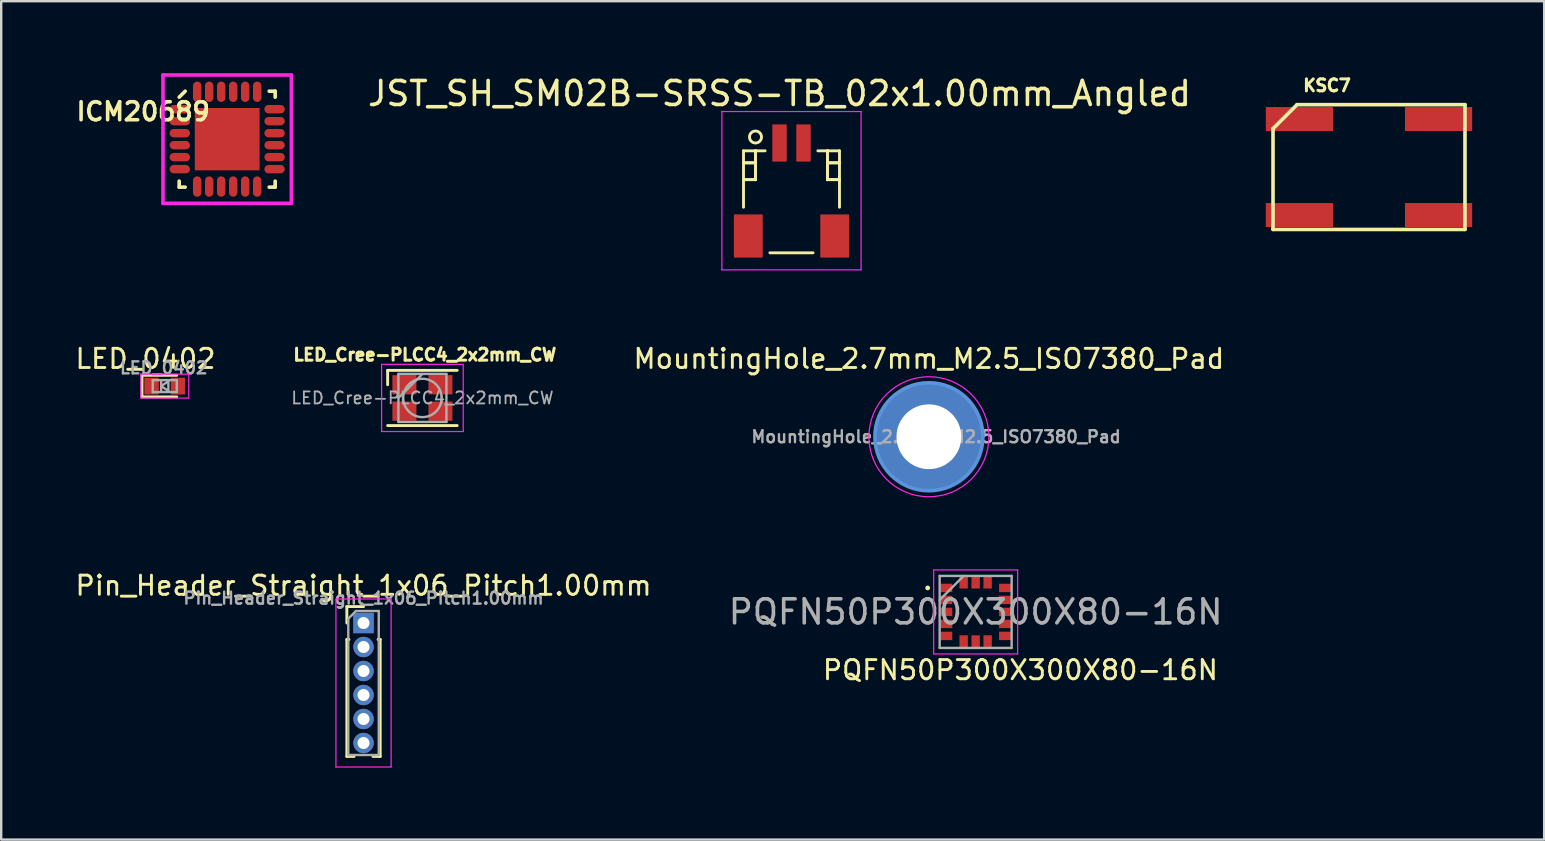
<source format=kicad_pcb>
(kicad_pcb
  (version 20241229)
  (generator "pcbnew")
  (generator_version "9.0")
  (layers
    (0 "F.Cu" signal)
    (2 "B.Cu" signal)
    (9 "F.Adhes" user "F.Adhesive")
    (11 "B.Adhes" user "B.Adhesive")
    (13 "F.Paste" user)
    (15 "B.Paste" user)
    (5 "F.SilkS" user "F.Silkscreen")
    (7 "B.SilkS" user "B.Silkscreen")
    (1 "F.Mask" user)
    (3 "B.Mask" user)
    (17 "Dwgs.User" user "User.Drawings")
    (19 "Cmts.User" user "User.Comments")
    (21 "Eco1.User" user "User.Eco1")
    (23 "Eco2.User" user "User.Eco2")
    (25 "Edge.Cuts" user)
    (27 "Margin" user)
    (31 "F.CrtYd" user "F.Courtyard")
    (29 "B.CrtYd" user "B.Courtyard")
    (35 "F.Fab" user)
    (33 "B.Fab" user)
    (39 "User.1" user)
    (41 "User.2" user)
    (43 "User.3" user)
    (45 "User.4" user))
  (footprint "KSC7"
    (layer "F.Cu")
    (at 54.004 3.912)
    (property "Reference" "KSC7" (at -1.75 -3.4 0) (layer "F.SilkS") (effects (font (size 0.5 0.5) (thickness 0.125))))
    (attr through_hole)
    (fp_line (start -4 -1.6) (end -4 2.6) (stroke (width 0.15) (type solid)) (layer "F.SilkS"))
    (fp_line (start -4 2.6) (end 4 2.6) (stroke (width 0.15) (type solid)) (layer "F.SilkS"))
    (fp_line (start -3 -2.6) (end -4 -1.6) (stroke (width 0.15) (type solid)) (layer "F.SilkS"))
    (fp_line (start 4 -2.6) (end -3 -2.6) (stroke (width 0.15) (type solid)) (layer "F.SilkS"))
    (fp_line (start 4 2.6) (end 4 -2.6) (stroke (width 0.15) (type solid)) (layer "F.SilkS"))
    (pad "1" smd rect (at -2.9 2) (size 2.8 1) (layers "F.Cu" "F.Mask" "F.Paste"))
    (pad "2" smd rect (at 2.9 2) (size 2.8 1) (layers "F.Cu" "F.Mask" "F.Paste"))
    (pad "3" smd rect (at 2.9 -2) (size 2.8 1) (layers "F.Cu" "F.Mask" "F.Paste"))
    (pad "4" smd rect (at -2.9 -2) (size 2.8 1) (layers "F.Cu" "F.Mask" "F.Paste")))
  (footprint "Pin_Header_Straight_1x06_Pitch1.00mm"
    (layer "F.Cu")
    (at 12.1 22.915)
    (property "Reference" "Pin_Header_Straight_1x06_Pitch1.00mm" (at 0 -1.56 0) (layer "F.SilkS") (effects (font (size 0.8 0.8) (thickness 0.12))))
    (attr through_hole)
    (fp_line (start -0.695 -0.685) (end 0 -0.685) (stroke (width 0.12) (type solid)) (layer "F.SilkS"))
    (fp_line (start -0.695 0) (end -0.695 -0.685) (stroke (width 0.12) (type solid)) (layer "F.SilkS"))
    (fp_line (start -0.695 0.685) (end -0.695 5.56) (stroke (width 0.12) (type solid)) (layer "F.SilkS"))
    (fp_line (start -0.695 0.685) (end -0.608 0.685) (stroke (width 0.12) (type solid)) (layer "F.SilkS"))
    (fp_line (start -0.695 5.56) (end -0.394 5.56) (stroke (width 0.12) (type solid)) (layer "F.SilkS"))
    (fp_line (start 0.394 5.56) (end 0.695 5.56) (stroke (width 0.12) (type solid)) (layer "F.SilkS"))
    (fp_line (start 0.608 0.685) (end 0.695 0.685) (stroke (width 0.12) (type solid)) (layer "F.SilkS"))
    (fp_line (start 0.695 0.685) (end 0.695 5.56) (stroke (width 0.12) (type solid)) (layer "F.SilkS"))
    (fp_line (start -1.15 -1) (end -1.15 6) (stroke (width 0.05) (type solid)) (layer "F.CrtYd"))
    (fp_line (start -1.15 6) (end 1.15 6) (stroke (width 0.05) (type solid)) (layer "F.CrtYd"))
    (fp_line (start 1.15 -1) (end -1.15 -1) (stroke (width 0.05) (type solid)) (layer "F.CrtYd"))
    (fp_line (start 1.15 6) (end 1.15 -1) (stroke (width 0.05) (type solid)) (layer "F.CrtYd"))
    (fp_line (start -0.635 -0.182) (end -0.318 -0.5) (stroke (width 0.1) (type solid)) (layer "F.Fab"))
    (fp_line (start -0.635 5.5) (end -0.635 -0.182) (stroke (width 0.1) (type solid)) (layer "F.Fab"))
    (fp_line (start -0.318 -0.5) (end 0.635 -0.5) (stroke (width 0.1) (type solid)) (layer "F.Fab"))
    (fp_line (start 0.635 -0.5) (end 0.635 5.5) (stroke (width 0.1) (type solid)) (layer "F.Fab"))
    (fp_line (start 0.635 5.5) (end -0.635 5.5) (stroke (width 0.1) (type solid)) (layer "F.Fab"))
    (fp_text user "${REFERENCE}" (at 0 -1.035 180) (layer "F.Fab") (effects (font (size 0.5 0.5) (thickness 0.1))))
    (pad "1" thru_hole rect (at 0 0) (size 0.85 0.85) (drill 0.5) (layers "*.Cu" "*.Mask"))
    (pad "2" thru_hole oval (at 0 1) (size 0.85 0.85) (drill 0.5) (layers "*.Cu" "*.Mask"))
    (pad "3" thru_hole oval (at 0 2) (size 0.85 0.85) (drill 0.5) (layers "*.Cu" "*.Mask"))
    (pad "4" thru_hole oval (at 0 3) (size 0.85 0.85) (drill 0.5) (layers "*.Cu" "*.Mask"))
    (pad "5" thru_hole oval (at 0 4) (size 0.85 0.85) (drill 0.5) (layers "*.Cu" "*.Mask"))
    (pad "6" thru_hole oval (at 0 5) (size 0.85 0.85) (drill 0.5) (layers "*.Cu" "*.Mask")))
  (footprint "LED_0402"
    (layer "F.Cu")
    (at 3.817 13.041)
    (property "Reference" "LED_0402" (at -0.803 -1.139 0) (layer "F.SilkS") (effects (font (size 0.8 0.8) (thickness 0.12))))
    (attr smd)
    (fp_line (start -0.95 -0.45) (end -0.95 0.45) (stroke (width 0.12) (type solid)) (layer "F.SilkS"))
    (fp_line (start -0.95 -0.45) (end 0.5 -0.45) (stroke (width 0.12) (type solid)) (layer "F.SilkS"))
    (fp_line (start -0.95 0.45) (end 0.5 0.45) (stroke (width 0.12) (type solid)) (layer "F.SilkS"))
    (fp_line (start -1 -0.5) (end 1 -0.5) (stroke (width 0.05) (type solid)) (layer "F.CrtYd"))
    (fp_line (start -1 0.5) (end -1 -0.5) (stroke (width 0.05) (type solid)) (layer "F.CrtYd"))
    (fp_line (start 1 -0.5) (end 1 0.5) (stroke (width 0.05) (type solid)) (layer "F.CrtYd"))
    (fp_line (start 1 0.5) (end -1 0.5) (stroke (width 0.05) (type solid)) (layer "F.CrtYd"))
    (fp_line (start -0.5 -0.25) (end 0.5 -0.25) (stroke (width 0.1) (type solid)) (layer "F.Fab"))
    (fp_line (start -0.5 0.25) (end -0.5 -0.25) (stroke (width 0.1) (type solid)) (layer "F.Fab"))
    (fp_line (start -0.15 -0.2) (end -0.15 0.2) (stroke (width 0.1) (type solid)) (layer "F.Fab"))
    (fp_line (start -0.15 0) (end 0.15 -0.2) (stroke (width 0.1) (type solid)) (layer "F.Fab"))
    (fp_line (start 0.15 -0.2) (end 0.15 0.2) (stroke (width 0.1) (type solid)) (layer "F.Fab"))
    (fp_line (start 0.15 0.2) (end -0.15 0) (stroke (width 0.1) (type solid)) (layer "F.Fab"))
    (fp_line (start 0.5 -0.25) (end 0.5 0.25) (stroke (width 0.1) (type solid)) (layer "F.Fab"))
    (fp_line (start 0.5 0.25) (end -0.5 0.25) (stroke (width 0.1) (type solid)) (layer "F.Fab"))
    (fp_text user "${REFERENCE}" (at -0.041 -0.758 0) (layer "F.Fab") (effects (font (size 0.5 0.5) (thickness 0.1))))
    (pad "1" smd rect (at -0.55 0 180) (size 0.6 0.7) (layers "F.Cu" "F.Mask" "F.Paste"))
    (pad "2" smd rect (at 0.55 0 180) (size 0.6 0.7) (layers "F.Cu" "F.Mask" "F.Paste")))
  (footprint "ICM20689"
    (layer "F.Cu")
    (at 6.418 2.75)
    (property "Reference" "ICM20689" (at -3.5 -1.15 0) (layer "F.SilkS") (effects (font (size 0.75 0.75) (thickness 0.15))))
    (attr through_hole)
    (fp_line (start -2 -1.75) (end -1.75 -2) (stroke (width 0.15) (type solid)) (layer "F.SilkS"))
    (fp_line (start -2 2) (end -2 1.75) (stroke (width 0.15) (type solid)) (layer "F.SilkS"))
    (fp_line (start -1.75 2) (end -2 2) (stroke (width 0.15) (type solid)) (layer "F.SilkS"))
    (fp_line (start 1.75 -2) (end 2 -2) (stroke (width 0.15) (type solid)) (layer "F.SilkS"))
    (fp_line (start 1.75 2) (end 2 2) (stroke (width 0.15) (type solid)) (layer "F.SilkS"))
    (fp_line (start 2 -2) (end 2 -1.75) (stroke (width 0.15) (type solid)) (layer "F.SilkS"))
    (fp_line (start 2 2) (end 2 1.75) (stroke (width 0.15) (type solid)) (layer "F.SilkS"))
    (fp_line (start -2.675 -2.675) (end 2.675 -2.675) (stroke (width 0.15) (type solid)) (layer "F.CrtYd"))
    (fp_line (start -2.675 2.675) (end -2.675 -2.675) (stroke (width 0.15) (type solid)) (layer "F.CrtYd"))
    (fp_line (start 2.675 -2.675) (end 2.675 2.675) (stroke (width 0.15) (type solid)) (layer "F.CrtYd"))
    (fp_line (start 2.675 2.675) (end -2.675 2.675) (stroke (width 0.15) (type solid)) (layer "F.CrtYd"))
    (pad "1" smd oval (at -1.975 -1.25 90) (size 0.35 0.85) (layers "F.Cu" "F.Mask" "F.Paste"))
    (pad "2" smd oval (at -1.975 -0.75 90) (size 0.35 0.85) (layers "F.Cu" "F.Mask" "F.Paste"))
    (pad "3" smd oval (at -1.975 -0.25 90) (size 0.35 0.85) (layers "F.Cu" "F.Mask" "F.Paste"))
    (pad "4" smd oval (at -1.975 0.25 90) (size 0.35 0.85) (layers "F.Cu" "F.Mask" "F.Paste"))
    (pad "5" smd oval (at -1.975 0.75 90) (size 0.35 0.85) (layers "F.Cu" "F.Mask" "F.Paste"))
    (pad "6" smd oval (at -1.975 1.25 90) (size 0.35 0.85) (layers "F.Cu" "F.Mask" "F.Paste"))
    (pad "7" smd oval (at -1.25 1.975) (size 0.35 0.85) (layers "F.Cu" "F.Mask" "F.Paste"))
    (pad "8" smd oval (at -0.75 1.975) (size 0.35 0.85) (layers "F.Cu" "F.Mask" "F.Paste"))
    (pad "9" smd oval (at -0.25 1.975) (size 0.35 0.85) (layers "F.Cu" "F.Mask" "F.Paste"))
    (pad "10" smd oval (at 0.25 1.975) (size 0.35 0.85) (layers "F.Cu" "F.Mask" "F.Paste"))
    (pad "11" smd oval (at 0.75 1.975) (size 0.35 0.85) (layers "F.Cu" "F.Mask" "F.Paste"))
    (pad "12" smd oval (at 1.25 1.975) (size 0.35 0.85) (layers "F.Cu" "F.Mask" "F.Paste"))
    (pad "13" smd oval (at 1.975 1.25 90) (size 0.35 0.85) (layers "F.Cu" "F.Mask" "F.Paste"))
    (pad "14" smd oval (at 1.975 0.75 90) (size 0.35 0.85) (layers "F.Cu" "F.Mask" "F.Paste"))
    (pad "15" smd oval (at 1.975 0.25 90) (size 0.35 0.85) (layers "F.Cu" "F.Mask" "F.Paste"))
    (pad "16" smd oval (at 1.975 -0.25 90) (size 0.35 0.85) (layers "F.Cu" "F.Mask" "F.Paste"))
    (pad "17" smd oval (at 1.975 -0.75 90) (size 0.35 0.85) (layers "F.Cu" "F.Mask" "F.Paste"))
    (pad "18" smd oval (at 1.975 -1.25 90) (size 0.35 0.85) (layers "F.Cu" "F.Mask" "F.Paste"))
    (pad "19" smd oval (at 1.25 -1.975) (size 0.35 0.85) (layers "F.Cu" "F.Mask" "F.Paste"))
    (pad "20" smd oval (at 0.75 -1.975) (size 0.35 0.85) (layers "F.Cu" "F.Mask" "F.Paste"))
    (pad "21" smd oval (at 0.25 -1.975) (size 0.35 0.85) (layers "F.Cu" "F.Mask" "F.Paste"))
    (pad "22" smd oval (at -0.25 -1.975) (size 0.35 0.85) (layers "F.Cu" "F.Mask" "F.Paste"))
    (pad "23" smd oval (at -0.75 -1.975) (size 0.35 0.85) (layers "F.Cu" "F.Mask" "F.Paste"))
    (pad "24" smd oval (at -1.25 -1.975) (size 0.35 0.85) (layers "F.Cu" "F.Mask" "F.Paste"))
    (pad "25" smd rect (at 0 0) (size 2.7 2.6) (layers "F.Cu" "F.Mask" "F.Paste")))
  (footprint "PQFN50P300X300X80-16N"
    (layer "F.Cu")
    (at 37.611 22.452)
    (property "Reference" "PQFN50P300X300X80-16N" (at 1.864 2.422 0) (layer "F.SilkS") (effects (font (size 0.8 0.8) (thickness 0.12))))
    (attr smd)
    (fp_circle (center -2 -1) (end -1.95 -1) (stroke (width 0.1) (type solid)) (fill no) (layer "F.SilkS"))
    (fp_line (start -1.75 -1.75) (end 1.75 -1.75) (stroke (width 0.05) (type solid)) (layer "F.CrtYd"))
    (fp_line (start -1.75 1.75) (end -1.75 -1.75) (stroke (width 0.05) (type solid)) (layer "F.CrtYd"))
    (fp_line (start 1.75 -1.75) (end 1.75 1.75) (stroke (width 0.05) (type solid)) (layer "F.CrtYd"))
    (fp_line (start 1.75 1.75) (end -1.75 1.75) (stroke (width 0.05) (type solid)) (layer "F.CrtYd"))
    (fp_line (start -1.5 -1.5) (end 1.5 -1.5) (stroke (width 0.1) (type solid)) (layer "F.Fab"))
    (fp_line (start -1.5 1.5) (end -1.5 -1.5) (stroke (width 0.1) (type solid)) (layer "F.Fab"))
    (fp_line (start -0.5 -1.5) (end -1.5 -0.5) (stroke (width 0.1) (type solid)) (layer "F.Fab"))
    (fp_line (start 1.5 -1.5) (end 1.5 1.5) (stroke (width 0.1) (type solid)) (layer "F.Fab"))
    (fp_line (start 1.5 1.5) (end -1.5 1.5) (stroke (width 0.1) (type solid)) (layer "F.Fab"))
    (fp_text user "${REFERENCE}" (at 0 0 0) (layer "F.Fab") (effects (font (size 1 1) (thickness 0.15))))
    (pad "1" smd rect (at -1.225 -1) (size 0.5 0.35) (layers "F.Cu" "F.Mask" "F.Paste"))
    (pad "2" smd rect (at -1.225 -0.5) (size 0.5 0.35) (layers "F.Cu" "F.Mask" "F.Paste"))
    (pad "3" smd rect (at -1.225 0) (size 0.5 0.35) (layers "F.Cu" "F.Mask" "F.Paste"))
    (pad "4" smd rect (at -1.225 0.5) (size 0.5 0.35) (layers "F.Cu" "F.Mask" "F.Paste"))
    (pad "5" smd rect (at -1.225 1) (size 0.5 0.35) (layers "F.Cu" "F.Mask" "F.Paste"))
    (pad "6" smd rect (at -0.5 1.225 90) (size 0.5 0.35) (layers "F.Cu" "F.Mask" "F.Paste"))
    (pad "7" smd rect (at 0 1.225 90) (size 0.5 0.35) (layers "F.Cu" "F.Mask" "F.Paste"))
    (pad "8" smd rect (at 0.5 1.225 90) (size 0.5 0.35) (layers "F.Cu" "F.Mask" "F.Paste"))
    (pad "9" smd rect (at 1.225 1) (size 0.5 0.35) (layers "F.Cu" "F.Mask" "F.Paste"))
    (pad "10" smd rect (at 1.225 0.5) (size 0.5 0.35) (layers "F.Cu" "F.Mask" "F.Paste"))
    (pad "11" smd rect (at 1.225 0) (size 0.5 0.35) (layers "F.Cu" "F.Mask" "F.Paste"))
    (pad "12" smd rect (at 1.225 -0.5) (size 0.5 0.35) (layers "F.Cu" "F.Mask" "F.Paste"))
    (pad "13" smd rect (at 1.225 -1) (size 0.5 0.35) (layers "F.Cu" "F.Mask" "F.Paste"))
    (pad "14" smd rect (at 0.5 -1.225 90) (size 0.5 0.35) (layers "F.Cu" "F.Mask" "F.Paste"))
    (pad "15" smd rect (at 0 -1.225 90) (size 0.5 0.35) (layers "F.Cu" "F.Mask" "F.Paste"))
    (pad "16" smd rect (at -0.5 -1.225 90) (size 0.5 0.35) (layers "F.Cu" "F.Mask" "F.Paste")))
  (footprint "MountingHole_2.7mm_M2.5_ISO7380_Pad"
    (layer "F.Cu")
    (at 35.662 15.152)
    (property "Reference" "MountingHole_2.7mm_M2.5_ISO7380_Pad" (at 0 -3.25 0) (layer "F.SilkS") (effects (font (size 0.8 0.8) (thickness 0.12))))
    (attr exclude_from_pos_files exclude_from_bom)
    (fp_circle (center 0 0) (end 2.25 0) (stroke (width 0.15) (type solid)) (fill no) (layer "Cmts.User"))
    (fp_circle (center 0 0) (end 2.5 0) (stroke (width 0.05) (type solid)) (fill no) (layer "F.CrtYd"))
    (fp_text user "${REFERENCE}" (at 0.3 0 0) (layer "F.Fab") (effects (font (size 0.5 0.5) (thickness 0.1))))
    (pad "1" thru_hole circle (at 0 0) (size 4.5 4.5) (drill 2.7) (layers "*.Cu" "*.Mask")))
  (footprint "LED_Cree-PLCC4_2x2mm_CW"
    (layer "F.Cu")
    (at 14.555 13.535)
    (property "Reference" "LED_Cree-PLCC4_2x2mm_CW" (at 0.1 -1.8 0) (layer "F.SilkS") (effects (font (size 0.5 0.5) (thickness 0.125))))
    (attr smd)
    (fp_line (start -1.45 -1.15) (end 1.45 -1.15) (stroke (width 0.12) (type solid)) (layer "F.SilkS"))
    (fp_line (start -1.45 -0.55) (end -1.45 -1.15) (stroke (width 0.12) (type solid)) (layer "F.SilkS"))
    (fp_line (start -1.45 1.15) (end 1.45 1.15) (stroke (width 0.12) (type solid)) (layer "F.SilkS"))
    (fp_line (start -1.7 -1.4) (end -1.7 1.4) (stroke (width 0.05) (type solid)) (layer "F.CrtYd"))
    (fp_line (start -1.7 1.4) (end 1.7 1.4) (stroke (width 0.05) (type solid)) (layer "F.CrtYd"))
    (fp_line (start 1.7 -1.4) (end -1.7 -1.4) (stroke (width 0.05) (type solid)) (layer "F.CrtYd"))
    (fp_line (start 1.7 1.4) (end 1.7 -1.4) (stroke (width 0.05) (type solid)) (layer "F.CrtYd"))
    (fp_line (start -1 -1) (end -1 1) (stroke (width 0.1) (type solid)) (layer "F.Fab"))
    (fp_line (start -1 1) (end 1 1) (stroke (width 0.1) (type solid)) (layer "F.Fab"))
    (fp_line (start 0 -1) (end -1 0) (stroke (width 0.1) (type solid)) (layer "F.Fab"))
    (fp_line (start 1 -1) (end -1 -1) (stroke (width 0.1) (type solid)) (layer "F.Fab"))
    (fp_line (start 1 1) (end 1 -1) (stroke (width 0.1) (type solid)) (layer "F.Fab"))
    (fp_circle (center 0 0) (end 0.8 0) (stroke (width 0.1) (type solid)) (fill no) (layer "F.Fab"))
    (fp_text user "${REFERENCE}" (at 0 0 0) (layer "F.Fab") (effects (font (size 0.5 0.5) (thickness 0.075))))
    (pad "1" smd rect (at -0.75 -0.55) (size 1 0.8) (layers "F.Cu" "F.Mask" "F.Paste"))
    (pad "2" smd rect (at 0.75 -0.55) (size 1 0.8) (layers "F.Cu" "F.Mask" "F.Paste"))
    (pad "3" smd rect (at 0.75 0.55) (size 1 0.8) (layers "F.Cu" "F.Mask" "F.Paste"))
    (pad "4" smd rect (at -0.75 0.55) (size 1 0.8) (layers "F.Cu" "F.Mask" "F.Paste")))
  (footprint "JST_SH_SM02B-SRSS-TB_02x1.00mm_Angled"
    (layer "F.Cu")
    (at 29.936 4.848)
    (property "Reference" "JST_SH_SM02B-SRSS-TB_02x1.00mm_Angled" (at -0.5 -4 0) (layer "F.SilkS") (effects (font (size 1 1) (thickness 0.15))))
    (attr smd)
    (fp_line (start -2 -1.613) (end -1.1 -1.613) (stroke (width 0.12) (type solid)) (layer "F.SilkS"))
    (fp_line (start -2 -1.113) (end -2 -1.113) (stroke (width 0.12) (type solid)) (layer "F.SilkS"))
    (fp_line (start -2 -1.113) (end -1.5 -1.113) (stroke (width 0.12) (type solid)) (layer "F.SilkS"))
    (fp_line (start -2 -0.412) (end -2 -0.412) (stroke (width 0.12) (type solid)) (layer "F.SilkS"))
    (fp_line (start -2 -0.412) (end -1.5 -0.412) (stroke (width 0.12) (type solid)) (layer "F.SilkS"))
    (fp_line (start -2 0.738) (end -2 -1.613) (stroke (width 0.12) (type solid)) (layer "F.SilkS"))
    (fp_line (start -1.5 -1.613) (end -1.5 -1.613) (stroke (width 0.12) (type solid)) (layer "F.SilkS"))
    (fp_line (start -1.5 -1.613) (end -1.5 -0.412) (stroke (width 0.12) (type solid)) (layer "F.SilkS"))
    (fp_line (start -1.5 -1.113) (end -2 -1.113) (stroke (width 0.12) (type solid)) (layer "F.SilkS"))
    (fp_line (start -1.5 -1.113) (end -1.5 -1.113) (stroke (width 0.12) (type solid)) (layer "F.SilkS"))
    (fp_line (start -1.5 -0.412) (end -2 -0.412) (stroke (width 0.12) (type solid)) (layer "F.SilkS"))
    (fp_line (start -1.5 -0.412) (end -1.5 -1.613) (stroke (width 0.12) (type solid)) (layer "F.SilkS"))
    (fp_line (start -1.5 -0.412) (end -1.5 -0.412) (stroke (width 0.12) (type solid)) (layer "F.SilkS"))
    (fp_line (start -1.5 -0.412) (end -1.5 -0.412) (stroke (width 0.12) (type solid)) (layer "F.SilkS"))
    (fp_line (start -0.9 2.638) (end 0.9 2.638) (stroke (width 0.12) (type solid)) (layer "F.SilkS"))
    (fp_line (start 1.5 -1.613) (end 1.5 -1.613) (stroke (width 0.12) (type solid)) (layer "F.SilkS"))
    (fp_line (start 1.5 -1.613) (end 1.5 -0.412) (stroke (width 0.12) (type solid)) (layer "F.SilkS"))
    (fp_line (start 1.5 -1.113) (end 1.5 -1.113) (stroke (width 0.12) (type solid)) (layer "F.SilkS"))
    (fp_line (start 1.5 -1.113) (end 2 -1.113) (stroke (width 0.12) (type solid)) (layer "F.SilkS"))
    (fp_line (start 1.5 -0.412) (end 1.5 -1.613) (stroke (width 0.12) (type solid)) (layer "F.SilkS"))
    (fp_line (start 1.5 -0.412) (end 1.5 -0.412) (stroke (width 0.12) (type solid)) (layer "F.SilkS"))
    (fp_line (start 1.5 -0.412) (end 1.5 -0.412) (stroke (width 0.12) (type solid)) (layer "F.SilkS"))
    (fp_line (start 1.5 -0.412) (end 2 -0.412) (stroke (width 0.12) (type solid)) (layer "F.SilkS"))
    (fp_line (start 2 -1.613) (end 1.1 -1.613) (stroke (width 0.12) (type solid)) (layer "F.SilkS"))
    (fp_line (start 2 -1.113) (end 1.5 -1.113) (stroke (width 0.12) (type solid)) (layer "F.SilkS"))
    (fp_line (start 2 -1.113) (end 2 -1.113) (stroke (width 0.12) (type solid)) (layer "F.SilkS"))
    (fp_line (start 2 -0.412) (end 1.5 -0.412) (stroke (width 0.12) (type solid)) (layer "F.SilkS"))
    (fp_line (start 2 -0.412) (end 2 -0.412) (stroke (width 0.12) (type solid)) (layer "F.SilkS"))
    (fp_line (start 2 0.738) (end 2 -1.613) (stroke (width 0.12) (type solid)) (layer "F.SilkS"))
    (fp_circle (center -1.5 -2.188) (end -1.25 -2.188) (stroke (width 0.12) (type solid)) (fill no) (layer "F.SilkS"))
    (fp_line (start -2.9 -3.25) (end 2.9 -3.25) (stroke (width 0.05) (type solid)) (layer "F.CrtYd"))
    (fp_line (start -2.9 3.35) (end -2.9 -3.25) (stroke (width 0.05) (type solid)) (layer "F.CrtYd"))
    (fp_line (start 2.9 -3.25) (end 2.9 3.35) (stroke (width 0.05) (type solid)) (layer "F.CrtYd"))
    (fp_line (start 2.9 3.35) (end -2.9 3.35) (stroke (width 0.05) (type solid)) (layer "F.CrtYd"))
    (pad "" smd rect (at -1.8 1.938) (size 1.2 1.8) (layers "F.Cu" "F.Mask" "F.Paste"))
    (pad "" smd rect (at 1.8 1.938) (size 1.2 1.8) (layers "F.Cu" "F.Mask" "F.Paste"))
    (pad "1" smd rect (at -0.5 -1.938) (size 0.6 1.55) (layers "F.Cu" "F.Mask" "F.Paste"))
    (pad "2" smd rect (at 0.5 -1.938) (size 0.6 1.55) (layers "F.Cu" "F.Mask" "F.Paste")))
  (gr_rect
    (start -3 -3)
    (end 61.304 31.94)
    (stroke (width 0.1) (type default))
    (fill no)
    (layer "Edge.Cuts")))
</source>
